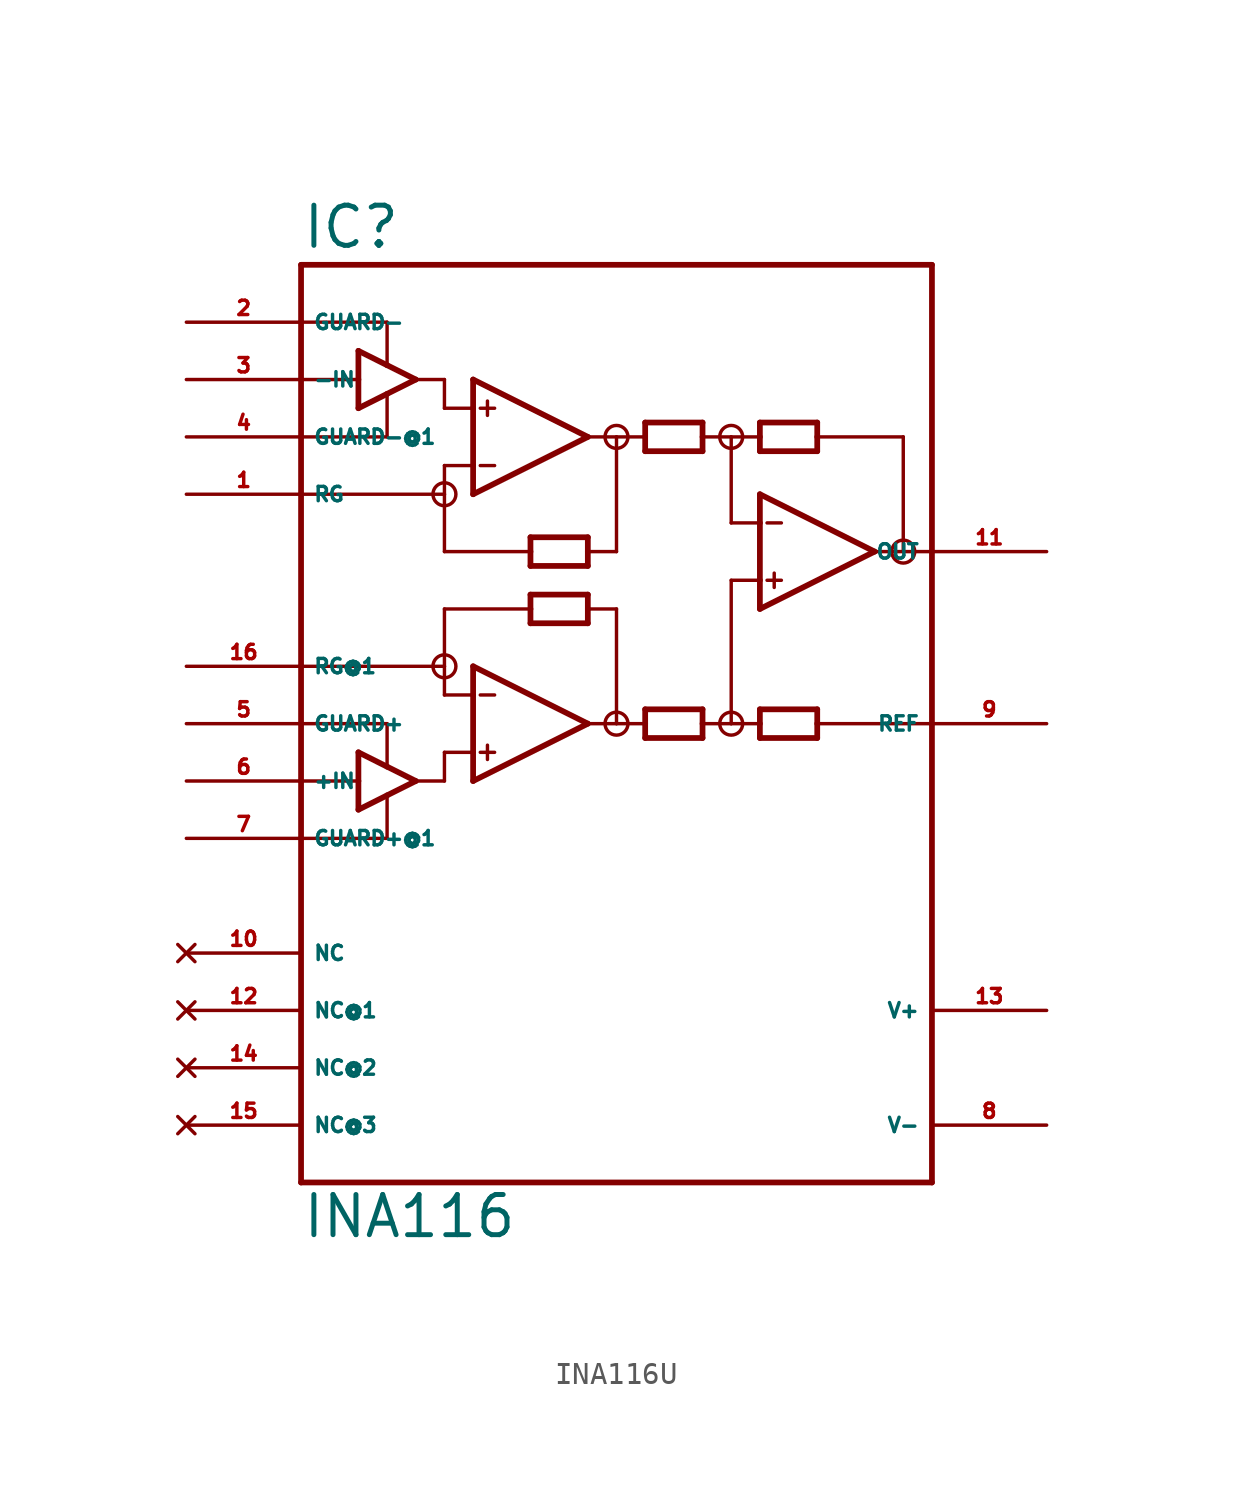
<source format=kicad_sym>
(kicad_symbol_lib
  (version 20220914)
  (generator Eagle2Kicad)
  (symbol "INA116U"
    (property "Reference" "IC"
      (at -15.24 23.495 0)
      (effects (font (size 1.778 1.778) (thickness 0.22)) (justify left bottom)))
    (property "Value" "INA116"
      (at -15.24 -20.32 0)
      (effects (font (size 1.778 1.778) (thickness 0.22)) (justify left bottom)))
    (polyline
      (pts (xy -7.62 12.7) (xy -7.62 13.97))
      (stroke (width 0.254) (type default))
      (fill (type none)))
    (polyline
      (pts (xy -7.62 13.97) (xy -7.62 16.51))
      (stroke (width 0.254) (type default))
      (fill (type none)))
    (polyline
      (pts (xy -7.62 16.51) (xy -7.62 17.78))
      (stroke (width 0.254) (type default))
      (fill (type none)))
    (polyline
      (pts (xy -7.62 17.78) (xy -2.54 15.24))
      (stroke (width 0.254) (type default))
      (fill (type none)))
    (polyline
      (pts (xy -2.54 15.24) (xy -7.62 12.7))
      (stroke (width 0.254) (type default))
      (fill (type none)))
    (polyline
      (pts (xy -2.54 9.525) (xy -2.54 10.16))
      (stroke (width 0.254) (type default))
      (fill (type none)))
    (polyline
      (pts (xy -2.54 10.16) (xy -2.54 10.795))
      (stroke (width 0.254) (type default))
      (fill (type none)))
    (polyline
      (pts (xy -2.54 10.795) (xy -5.08 10.795))
      (stroke (width 0.254) (type default))
      (fill (type none)))
    (polyline
      (pts (xy -5.08 10.795) (xy -5.08 10.16))
      (stroke (width 0.254) (type default))
      (fill (type none)))
    (polyline
      (pts (xy -5.08 10.16) (xy -5.08 9.525))
      (stroke (width 0.254) (type default))
      (fill (type none)))
    (polyline
      (pts (xy -5.08 9.525) (xy -2.54 9.525))
      (stroke (width 0.254) (type default))
      (fill (type none)))
    (polyline
      (pts (xy 0 14.605) (xy 0 15.24))
      (stroke (width 0.254) (type default))
      (fill (type none)))
    (polyline
      (pts (xy 0 15.24) (xy 0 15.875))
      (stroke (width 0.254) (type default))
      (fill (type none)))
    (polyline
      (pts (xy 0 15.875) (xy 2.54 15.875))
      (stroke (width 0.254) (type default))
      (fill (type none)))
    (polyline
      (pts (xy 2.54 15.875) (xy 2.54 15.24))
      (stroke (width 0.254) (type default))
      (fill (type none)))
    (polyline
      (pts (xy 2.54 15.24) (xy 2.54 14.605))
      (stroke (width 0.254) (type default))
      (fill (type none)))
    (polyline
      (pts (xy 2.54 14.605) (xy 0 14.605))
      (stroke (width 0.254) (type default))
      (fill (type none)))
    (polyline
      (pts (xy -7.62 16.51) (xy -8.89 16.51))
      (stroke (width 0.152) (type default))
      (fill (type none)))
    (polyline
      (pts (xy 7.62 15.875) (xy 7.62 15.24))
      (stroke (width 0.254) (type default))
      (fill (type none)))
    (polyline
      (pts (xy 7.62 15.24) (xy 7.62 14.605))
      (stroke (width 0.254) (type default))
      (fill (type none)))
    (polyline
      (pts (xy 7.62 14.605) (xy 5.08 14.605))
      (stroke (width 0.254) (type default))
      (fill (type none)))
    (polyline
      (pts (xy 5.08 14.605) (xy 5.08 15.24))
      (stroke (width 0.254) (type default))
      (fill (type none)))
    (polyline
      (pts (xy 5.08 15.24) (xy 5.08 15.875))
      (stroke (width 0.254) (type default))
      (fill (type none)))
    (polyline
      (pts (xy 5.08 15.875) (xy 7.62 15.875))
      (stroke (width 0.254) (type default))
      (fill (type none)))
    (polyline
      (pts (xy 5.08 3.175) (xy 5.08 2.54))
      (stroke (width 0.254) (type default))
      (fill (type none)))
    (polyline
      (pts (xy 5.08 2.54) (xy 5.08 1.905))
      (stroke (width 0.254) (type default))
      (fill (type none)))
    (polyline
      (pts (xy 5.08 1.905) (xy 7.62 1.905))
      (stroke (width 0.254) (type default))
      (fill (type none)))
    (polyline
      (pts (xy 7.62 1.905) (xy 7.62 2.54))
      (stroke (width 0.254) (type default))
      (fill (type none)))
    (polyline
      (pts (xy 7.62 2.54) (xy 7.62 3.175))
      (stroke (width 0.254) (type default))
      (fill (type none)))
    (polyline
      (pts (xy 7.62 3.175) (xy 5.08 3.175))
      (stroke (width 0.254) (type default))
      (fill (type none)))
    (polyline
      (pts (xy -7.62 13.97) (xy -8.89 13.97))
      (stroke (width 0.152) (type default))
      (fill (type none)))
    (polyline
      (pts (xy -7.303 16.51) (xy -6.668 16.51))
      (stroke (width 0.152) (type default))
      (fill (type none)))
    (polyline
      (pts (xy -7.303 13.97) (xy -6.668 13.97))
      (stroke (width 0.152) (type default))
      (fill (type none)))
    (polyline
      (pts (xy -6.985 16.828) (xy -6.985 16.192))
      (stroke (width 0.152) (type default))
      (fill (type none)))
    (polyline
      (pts (xy -15.24 -17.78) (xy 12.7 -17.78))
      (stroke (width 0.254) (type default))
      (fill (type none)))
    (polyline
      (pts (xy 12.7 -17.78) (xy 12.7 2.54))
      (stroke (width 0.254) (type default))
      (fill (type none)))
    (polyline
      (pts (xy 12.7 2.54) (xy 12.7 10.16))
      (stroke (width 0.254) (type default))
      (fill (type none)))
    (polyline
      (pts (xy 12.7 10.16) (xy 12.7 22.86))
      (stroke (width 0.254) (type default))
      (fill (type none)))
    (polyline
      (pts (xy 12.7 22.86) (xy -15.24 22.86))
      (stroke (width 0.254) (type default))
      (fill (type none)))
    (polyline
      (pts (xy -15.24 22.86) (xy -15.24 20.32))
      (stroke (width 0.254) (type default))
      (fill (type none)))
    (polyline
      (pts (xy -15.24 20.32) (xy -15.24 17.78))
      (stroke (width 0.254) (type default))
      (fill (type none)))
    (polyline
      (pts (xy -15.24 17.78) (xy -15.24 15.24))
      (stroke (width 0.254) (type default))
      (fill (type none)))
    (polyline
      (pts (xy -15.24 15.24) (xy -15.24 12.7))
      (stroke (width 0.254) (type default))
      (fill (type none)))
    (polyline
      (pts (xy -15.24 12.7) (xy -15.24 5.08))
      (stroke (width 0.254) (type default))
      (fill (type none)))
    (polyline
      (pts (xy -15.24 5.08) (xy -15.24 2.54))
      (stroke (width 0.254) (type default))
      (fill (type none)))
    (polyline
      (pts (xy -15.24 2.54) (xy -15.24 0))
      (stroke (width 0.254) (type default))
      (fill (type none)))
    (polyline
      (pts (xy -15.24 0) (xy -15.24 -2.54))
      (stroke (width 0.254) (type default))
      (fill (type none)))
    (polyline
      (pts (xy -15.24 -2.54) (xy -15.24 -17.78))
      (stroke (width 0.254) (type default))
      (fill (type none)))
    (polyline
      (pts (xy -7.62 0) (xy -7.62 1.27))
      (stroke (width 0.254) (type default))
      (fill (type none)))
    (polyline
      (pts (xy -7.62 1.27) (xy -7.62 3.81))
      (stroke (width 0.254) (type default))
      (fill (type none)))
    (polyline
      (pts (xy -7.62 3.81) (xy -7.62 5.08))
      (stroke (width 0.254) (type default))
      (fill (type none)))
    (polyline
      (pts (xy -7.62 5.08) (xy -2.54 2.54))
      (stroke (width 0.254) (type default))
      (fill (type none)))
    (polyline
      (pts (xy -2.54 2.54) (xy -7.62 0))
      (stroke (width 0.254) (type default))
      (fill (type none)))
    (polyline
      (pts (xy 2.54 1.905) (xy 2.54 2.54))
      (stroke (width 0.254) (type default))
      (fill (type none)))
    (polyline
      (pts (xy 2.54 2.54) (xy 2.54 3.175))
      (stroke (width 0.254) (type default))
      (fill (type none)))
    (polyline
      (pts (xy 2.54 3.175) (xy 0 3.175))
      (stroke (width 0.254) (type default))
      (fill (type none)))
    (polyline
      (pts (xy 0 3.175) (xy 0 2.54))
      (stroke (width 0.254) (type default))
      (fill (type none)))
    (polyline
      (pts (xy 0 2.54) (xy 0 1.905))
      (stroke (width 0.254) (type default))
      (fill (type none)))
    (polyline
      (pts (xy 0 1.905) (xy 2.54 1.905))
      (stroke (width 0.254) (type default))
      (fill (type none)))
    (polyline
      (pts (xy -5.08 6.985) (xy -5.08 7.62))
      (stroke (width 0.254) (type default))
      (fill (type none)))
    (polyline
      (pts (xy -5.08 7.62) (xy -5.08 8.255))
      (stroke (width 0.254) (type default))
      (fill (type none)))
    (polyline
      (pts (xy -5.08 8.255) (xy -2.54 8.255))
      (stroke (width 0.254) (type default))
      (fill (type none)))
    (polyline
      (pts (xy -2.54 8.255) (xy -2.54 7.62))
      (stroke (width 0.254) (type default))
      (fill (type none)))
    (polyline
      (pts (xy -2.54 7.62) (xy -2.54 6.985))
      (stroke (width 0.254) (type default))
      (fill (type none)))
    (polyline
      (pts (xy -2.54 6.985) (xy -5.08 6.985))
      (stroke (width 0.254) (type default))
      (fill (type none)))
    (polyline
      (pts (xy -7.62 3.81) (xy -8.89 3.81))
      (stroke (width 0.152) (type default))
      (fill (type none)))
    (polyline
      (pts (xy -7.62 1.27) (xy -8.89 1.27))
      (stroke (width 0.152) (type default))
      (fill (type none)))
    (polyline
      (pts (xy -7.303 3.81) (xy -6.668 3.81))
      (stroke (width 0.152) (type default))
      (fill (type none)))
    (polyline
      (pts (xy -7.303 1.27) (xy -6.668 1.27))
      (stroke (width 0.152) (type default))
      (fill (type none)))
    (polyline
      (pts (xy -6.985 1.587) (xy -6.985 0.953))
      (stroke (width 0.152) (type default))
      (fill (type none)))
    (polyline
      (pts (xy -8.89 16.51) (xy -8.89 17.78))
      (stroke (width 0.152) (type default))
      (fill (type none)))
    (polyline
      (pts (xy -8.89 13.97) (xy -8.89 12.7))
      (stroke (width 0.152) (type default))
      (fill (type none)))
    (polyline
      (pts (xy -8.89 12.7) (xy -15.24 12.7))
      (stroke (width 0.152) (type default))
      (fill (type none)))
    (polyline
      (pts (xy 5.08 7.62) (xy 5.08 8.89))
      (stroke (width 0.254) (type default))
      (fill (type none)))
    (polyline
      (pts (xy 5.08 8.89) (xy 5.08 11.43))
      (stroke (width 0.254) (type default))
      (fill (type none)))
    (polyline
      (pts (xy 5.08 11.43) (xy 5.08 12.7))
      (stroke (width 0.254) (type default))
      (fill (type none)))
    (polyline
      (pts (xy 5.08 12.7) (xy 10.16 10.16))
      (stroke (width 0.254) (type default))
      (fill (type none)))
    (polyline
      (pts (xy 10.16 10.16) (xy 5.08 7.62))
      (stroke (width 0.254) (type default))
      (fill (type none)))
    (polyline
      (pts (xy 5.08 8.89) (xy 3.81 8.89))
      (stroke (width 0.152) (type default))
      (fill (type none)))
    (polyline
      (pts (xy 5.397 11.43) (xy 6.032 11.43))
      (stroke (width 0.152) (type default))
      (fill (type none)))
    (polyline
      (pts (xy 5.397 8.89) (xy 6.032 8.89))
      (stroke (width 0.152) (type default))
      (fill (type none)))
    (polyline
      (pts (xy 5.715 9.207) (xy 5.715 8.572))
      (stroke (width 0.152) (type default))
      (fill (type none)))
    (polyline
      (pts (xy -2.54 15.24) (xy -1.27 15.24))
      (stroke (width 0.152) (type default))
      (fill (type none)))
    (polyline
      (pts (xy -1.27 15.24) (xy 0 15.24))
      (stroke (width 0.152) (type default))
      (fill (type none)))
    (polyline
      (pts (xy 2.54 15.24) (xy 3.81 15.24))
      (stroke (width 0.152) (type default))
      (fill (type none)))
    (polyline
      (pts (xy 3.81 15.24) (xy 5.08 15.24))
      (stroke (width 0.152) (type default))
      (fill (type none)))
    (polyline
      (pts (xy 10.16 10.16) (xy 11.43 10.16))
      (stroke (width 0.152) (type default))
      (fill (type none)))
    (polyline
      (pts (xy 11.43 10.16) (xy 11.43 15.24))
      (stroke (width 0.152) (type default))
      (fill (type none)))
    (polyline
      (pts (xy 11.43 15.24) (xy 7.62 15.24))
      (stroke (width 0.152) (type default))
      (fill (type none)))
    (polyline
      (pts (xy 11.43 10.16) (xy 12.7 10.16))
      (stroke (width 0.152) (type default))
      (fill (type none)))
    (polyline
      (pts (xy -8.89 12.7) (xy -8.89 10.16))
      (stroke (width 0.152) (type default))
      (fill (type none)))
    (polyline
      (pts (xy -8.89 10.16) (xy -5.08 10.16))
      (stroke (width 0.152) (type default))
      (fill (type none)))
    (polyline
      (pts (xy -1.27 15.24) (xy -1.27 10.16))
      (stroke (width 0.152) (type default))
      (fill (type none)))
    (polyline
      (pts (xy -1.27 10.16) (xy -2.54 10.16))
      (stroke (width 0.152) (type default))
      (fill (type none)))
    (polyline
      (pts (xy 3.81 15.24) (xy 3.81 11.43))
      (stroke (width 0.152) (type default))
      (fill (type none)))
    (polyline
      (pts (xy 3.81 11.43) (xy 5.08 11.43))
      (stroke (width 0.152) (type default))
      (fill (type none)))
    (polyline
      (pts (xy -5.08 7.62) (xy -8.89 7.62))
      (stroke (width 0.152) (type default))
      (fill (type none)))
    (polyline
      (pts (xy -8.89 7.62) (xy -8.89 5.08))
      (stroke (width 0.152) (type default))
      (fill (type none)))
    (polyline
      (pts (xy -8.89 5.08) (xy -8.89 3.81))
      (stroke (width 0.152) (type default))
      (fill (type none)))
    (polyline
      (pts (xy -2.54 7.62) (xy -1.27 7.62))
      (stroke (width 0.152) (type default))
      (fill (type none)))
    (polyline
      (pts (xy -1.27 7.62) (xy -1.27 2.54))
      (stroke (width 0.152) (type default))
      (fill (type none)))
    (polyline
      (pts (xy -1.27 2.54) (xy -2.54 2.54))
      (stroke (width 0.152) (type default))
      (fill (type none)))
    (polyline
      (pts (xy -1.27 2.54) (xy 0 2.54))
      (stroke (width 0.152) (type default))
      (fill (type none)))
    (polyline
      (pts (xy 2.54 2.54) (xy 3.81 2.54))
      (stroke (width 0.152) (type default))
      (fill (type none)))
    (polyline
      (pts (xy 3.81 2.54) (xy 5.08 2.54))
      (stroke (width 0.152) (type default))
      (fill (type none)))
    (polyline
      (pts (xy -8.89 1.27) (xy -8.89 0))
      (stroke (width 0.152) (type default))
      (fill (type none)))
    (polyline
      (pts (xy -15.24 5.08) (xy -8.89 5.08))
      (stroke (width 0.152) (type default))
      (fill (type none)))
    (polyline
      (pts (xy 3.81 8.89) (xy 3.81 2.54))
      (stroke (width 0.152) (type default))
      (fill (type none)))
    (polyline
      (pts (xy 7.62 2.54) (xy 12.7 2.54))
      (stroke (width 0.152) (type default))
      (fill (type none)))
    (polyline
      (pts (xy -10.16 0) (xy -11.43 0.635))
      (stroke (width 0.254) (type default))
      (fill (type none)))
    (polyline
      (pts (xy -11.43 0.635) (xy -12.7 1.27))
      (stroke (width 0.254) (type default))
      (fill (type none)))
    (polyline
      (pts (xy -12.7 1.27) (xy -12.7 0))
      (stroke (width 0.254) (type default))
      (fill (type none)))
    (polyline
      (pts (xy -12.7 0) (xy -12.7 -1.27))
      (stroke (width 0.254) (type default))
      (fill (type none)))
    (polyline
      (pts (xy -12.7 -1.27) (xy -11.43 -0.635))
      (stroke (width 0.254) (type default))
      (fill (type none)))
    (polyline
      (pts (xy -11.43 -0.635) (xy -10.16 0))
      (stroke (width 0.254) (type default))
      (fill (type none)))
    (polyline
      (pts (xy -10.16 17.78) (xy -11.43 18.415))
      (stroke (width 0.254) (type default))
      (fill (type none)))
    (polyline
      (pts (xy -11.43 18.415) (xy -12.7 19.05))
      (stroke (width 0.254) (type default))
      (fill (type none)))
    (polyline
      (pts (xy -12.7 19.05) (xy -12.7 17.78))
      (stroke (width 0.254) (type default))
      (fill (type none)))
    (polyline
      (pts (xy -12.7 17.78) (xy -12.7 16.51))
      (stroke (width 0.254) (type default))
      (fill (type none)))
    (polyline
      (pts (xy -12.7 16.51) (xy -11.43 17.145))
      (stroke (width 0.254) (type default))
      (fill (type none)))
    (polyline
      (pts (xy -11.43 17.145) (xy -10.16 17.78))
      (stroke (width 0.254) (type default))
      (fill (type none)))
    (polyline
      (pts (xy -12.7 0) (xy -15.24 0))
      (stroke (width 0.152) (type default))
      (fill (type none)))
    (polyline
      (pts (xy -15.24 17.78) (xy -12.7 17.78))
      (stroke (width 0.152) (type default))
      (fill (type none)))
    (polyline
      (pts (xy -15.24 20.32) (xy -11.43 20.32))
      (stroke (width 0.152) (type default))
      (fill (type none)))
    (polyline
      (pts (xy -11.43 20.32) (xy -11.43 18.415))
      (stroke (width 0.152) (type default))
      (fill (type none)))
    (polyline
      (pts (xy -11.43 17.145) (xy -11.43 15.24))
      (stroke (width 0.152) (type default))
      (fill (type none)))
    (polyline
      (pts (xy -11.43 15.24) (xy -15.24 15.24))
      (stroke (width 0.152) (type default))
      (fill (type none)))
    (polyline
      (pts (xy -10.16 17.78) (xy -8.89 17.78))
      (stroke (width 0.152) (type default))
      (fill (type none)))
    (polyline
      (pts (xy -10.16 0) (xy -8.89 0))
      (stroke (width 0.152) (type default))
      (fill (type none)))
    (polyline
      (pts (xy -15.24 2.54) (xy -11.43 2.54))
      (stroke (width 0.152) (type default))
      (fill (type none)))
    (polyline
      (pts (xy -11.43 2.54) (xy -11.43 0.635))
      (stroke (width 0.152) (type default))
      (fill (type none)))
    (polyline
      (pts (xy -11.43 -0.635) (xy -11.43 -2.54))
      (stroke (width 0.152) (type default))
      (fill (type none)))
    (polyline
      (pts (xy -11.43 -2.54) (xy -15.24 -2.54))
      (stroke (width 0.152) (type default))
      (fill (type none)))
    (circle
      (center -8.89 12.7)
      (radius 0.508)
      (stroke (width 0) (type default))
      (fill (type none)))
    (circle
      (center -8.89 5.08)
      (radius 0.508)
      (stroke (width 0) (type default))
      (fill (type none)))
    (circle
      (center -1.27 2.54)
      (radius 0.508)
      (stroke (width 0) (type default))
      (fill (type none)))
    (circle
      (center -1.27 15.24)
      (radius 0.508)
      (stroke (width 0) (type default))
      (fill (type none)))
    (circle
      (center 3.81 15.24)
      (radius 0.508)
      (stroke (width 0) (type default))
      (fill (type none)))
    (circle
      (center 3.81 2.54)
      (radius 0.508)
      (stroke (width 0) (type default))
      (fill (type none)))
    (circle
      (center 11.43 10.16)
      (radius 0.508)
      (stroke (width 0) (type default))
      (fill (type none)))
    (pin input line
      (at -20.32 17.78 0)
      (length 5.08)
      (name "-IN" (effects (font (size 0.635 0.635) (thickness 0.08)) (justify left bottom)))
      (number "3" (effects (font (size 0.635 0.635) (thickness 0.08)) (justify left bottom))))
    (pin passive line
      (at -20.32 12.7 0)
      (length 5.08)
      (name "RG" (effects (font (size 0.635 0.635) (thickness 0.08)) (justify left bottom)))
      (number "1" (effects (font (size 0.635 0.635) (thickness 0.08)) (justify left bottom))))
    (pin output line
      (at 17.78 10.16 180)
      (length 5.08)
      (name "OUT" (effects (font (size 0.635 0.635) (thickness 0.08)) (justify left bottom)))
      (number "11" (effects (font (size 0.635 0.635) (thickness 0.08)) (justify left bottom))))
    (pin unspecified line
      (at 17.78 -10.16 180)
      (length 5.08)
      (name "V+" (effects (font (size 0.635 0.635) (thickness 0.08)) (justify left bottom)))
      (number "13" (effects (font (size 0.635 0.635) (thickness 0.08)) (justify left bottom))))
    (pin unspecified line
      (at 17.78 -15.24 180)
      (length 5.08)
      (name "V-" (effects (font (size 0.635 0.635) (thickness 0.08)) (justify left bottom)))
      (number "8" (effects (font (size 0.635 0.635) (thickness 0.08)) (justify left bottom))))
    (pin passive line
      (at -20.32 5.08 0)
      (length 5.08)
      (name "RG@1" (effects (font (size 0.635 0.635) (thickness 0.08)) (justify left bottom)))
      (number "16" (effects (font (size 0.635 0.635) (thickness 0.08)) (justify left bottom))))
    (pin input line
      (at -20.32 0 0)
      (length 5.08)
      (name "+IN" (effects (font (size 0.635 0.635) (thickness 0.08)) (justify left bottom)))
      (number "6" (effects (font (size 0.635 0.635) (thickness 0.08)) (justify left bottom))))
    (pin passive line
      (at 17.78 2.54 180)
      (length 5.08)
      (name "REF" (effects (font (size 0.635 0.635) (thickness 0.08)) (justify left bottom)))
      (number "9" (effects (font (size 0.635 0.635) (thickness 0.08)) (justify left bottom))))
    (pin passive line
      (at -20.32 20.32 0)
      (length 5.08)
      (name "GUARD-" (effects (font (size 0.635 0.635) (thickness 0.08)) (justify left bottom)))
      (number "2" (effects (font (size 0.635 0.635) (thickness 0.08)) (justify left bottom))))
    (pin passive line
      (at -20.32 15.24 0)
      (length 5.08)
      (name "GUARD-@1" (effects (font (size 0.635 0.635) (thickness 0.08)) (justify left bottom)))
      (number "4" (effects (font (size 0.635 0.635) (thickness 0.08)) (justify left bottom))))
    (pin passive line
      (at -20.32 2.54 0)
      (length 5.08)
      (name "GUARD+" (effects (font (size 0.635 0.635) (thickness 0.08)) (justify left bottom)))
      (number "5" (effects (font (size 0.635 0.635) (thickness 0.08)) (justify left bottom))))
    (pin passive line
      (at -20.32 -2.54 0)
      (length 5.08)
      (name "GUARD+@1" (effects (font (size 0.635 0.635) (thickness 0.08)) (justify left bottom)))
      (number "7" (effects (font (size 0.635 0.635) (thickness 0.08)) (justify left bottom))))
    (pin no_connect line
      (at -20.32 -7.62 0)
      (length 5.08)
      (name "NC" (effects (font (size 0.635 0.635) (thickness 0.08)) (justify left bottom) hide))
      (number "10" (effects (font (size 0.635 0.635) (thickness 0.08)) (justify left bottom) hide)))
    (pin no_connect line
      (at -20.32 -10.16 0)
      (length 5.08)
      (name "NC@1" (effects (font (size 0.635 0.635) (thickness 0.08)) (justify left bottom) hide))
      (number "12" (effects (font (size 0.635 0.635) (thickness 0.08)) (justify left bottom) hide)))
    (pin no_connect line
      (at -20.32 -12.7 0)
      (length 5.08)
      (name "NC@2" (effects (font (size 0.635 0.635) (thickness 0.08)) (justify left bottom) hide))
      (number "14" (effects (font (size 0.635 0.635) (thickness 0.08)) (justify left bottom) hide)))
    (pin no_connect line
      (at -20.32 -15.24 0)
      (length 5.08)
      (name "NC@3" (effects (font (size 0.635 0.635) (thickness 0.08)) (justify left bottom) hide))
      (number "15" (effects (font (size 0.635 0.635) (thickness 0.08)) (justify left bottom) hide)))))
</source>
